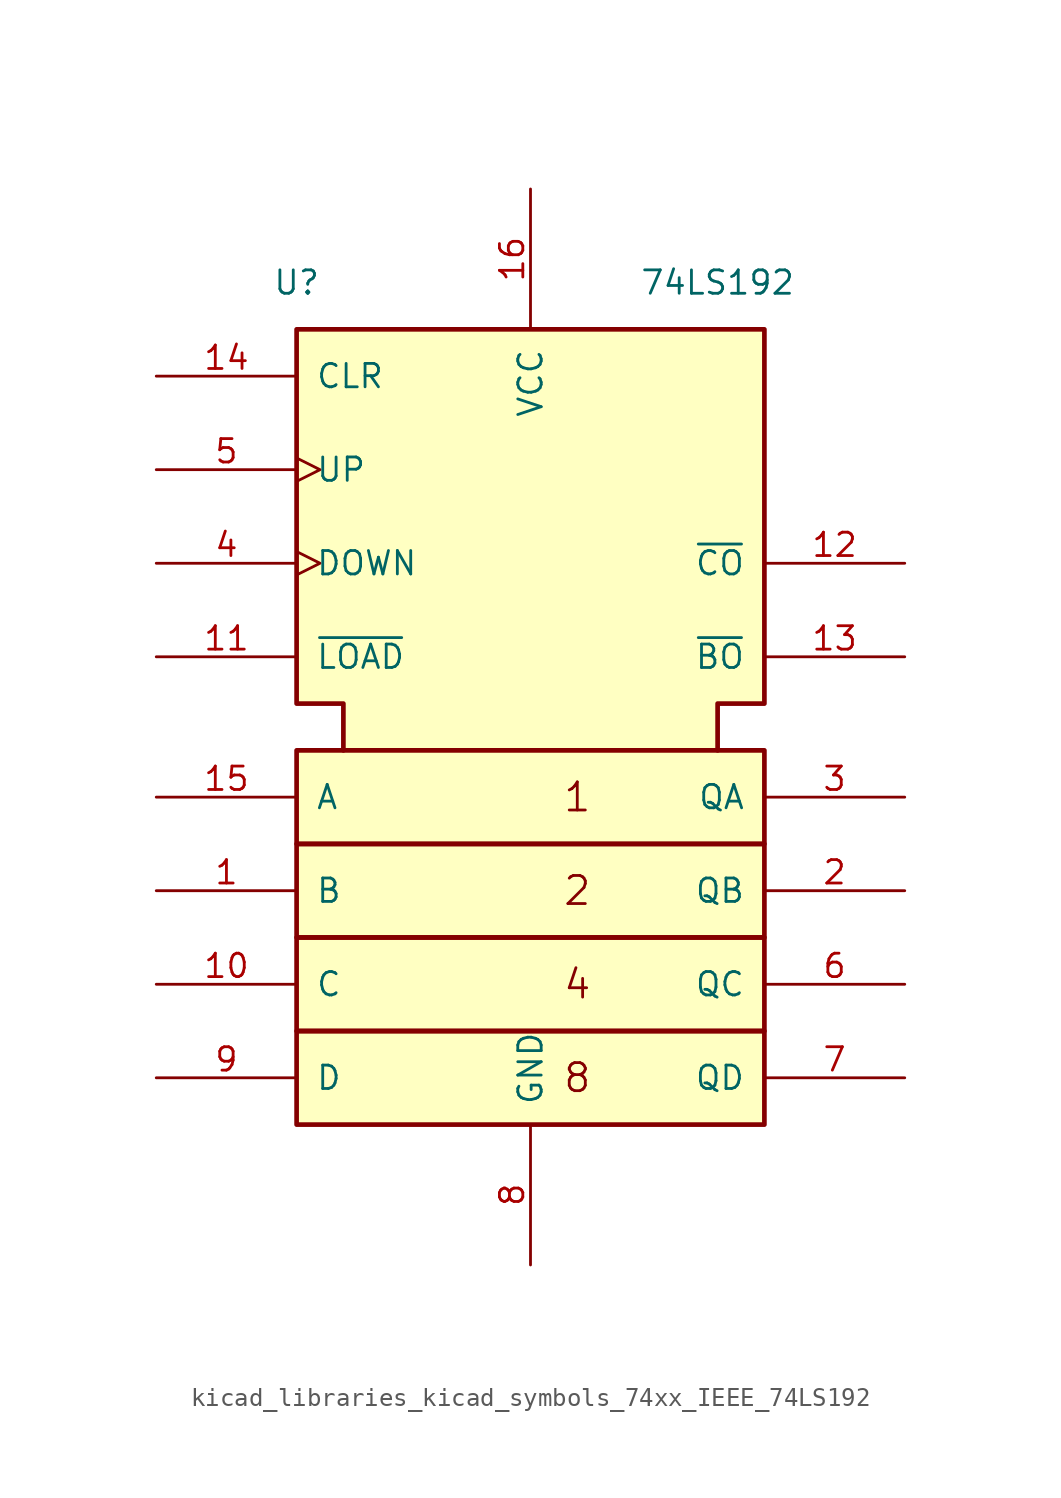
<source format=kicad_sym>
(kicad_symbol_lib
  (version 20220914)
  (generator kicad_symbol_editor)
  (symbol "kicad_libraries_kicad_symbols_74xx_IEEE_74LS192"
    (pin_names
      (offset 1.016))
    (property "Reference" "U"
      (at -12.7 25.4 0)
      (effects (font (size 1.27 1.27))))
    (property "Value" "74LS192"
      (at 10.16 25.4 0)
      (effects (font (size 1.27 1.27))))
    (symbol "kicad_libraries_kicad_symbols_74xx_IEEE_74LS192_0_0"
      (text "1" (at 2.54 -2.54 0) (effects (font (size 1.524 1.524))))
      (text "2" (at 2.54 -7.62 0) (effects (font (size 1.524 1.524))))
      (text "4" (at 2.54 -12.7 0) (effects (font (size 1.524 1.524))))
      (text "8" (at 2.54 -17.78 0) (effects (font (size 1.524 1.524))))
      (pin power_in line (at 0 30.48 270) (length 7.62) (name "VCC" (effects (font (size 1.27 1.27)))) (number "16" (effects (font (size 1.27 1.27)))))
      (pin power_in line (at 0 -27.94 90) (length 7.62) (name "GND" (effects (font (size 1.27 1.27)))) (number "8" (effects (font (size 1.27 1.27))))))
    (symbol "kicad_libraries_kicad_symbols_74xx_IEEE_74LS192_0_1"
      (rectangle (start -12.7 -15.24) (end 12.7 -20.32) (stroke (width 0.254) (type default)) (fill (type background)))
      (rectangle (start -12.7 -10.16) (end 12.7 -15.24) (stroke (width 0.254) (type default)) (fill (type background)))
      (rectangle (start -12.7 -5.08) (end 12.7 -10.16) (stroke (width 0.254) (type default)) (fill (type background)))
      (rectangle (start -12.7 0) (end 12.7 -5.08) (stroke (width 0.254) (type default)) (fill (type background)))
      (polyline (pts (xy -10.16 0) (xy -10.16 2.54) (xy -12.7 2.54) (xy -12.7 22.86) (xy 12.7 22.86) (xy 12.7 2.54) (xy 10.16 2.54) (xy 10.16 0) (xy 10.16 0)) (stroke (width 0.254) (type default)) (fill (type background))))
    (symbol "kicad_libraries_kicad_symbols_74xx_IEEE_74LS192_1_1"
      (pin input line (at -20.32 -7.62 0) (length 7.62) (name "B" (effects (font (size 1.27 1.27)))) (number "1" (effects (font (size 1.27 1.27)))))
      (pin input line (at -20.32 -12.7 0) (length 7.62) (name "C" (effects (font (size 1.27 1.27)))) (number "10" (effects (font (size 1.27 1.27)))))
      (pin input line (at -20.32 5.08 0) (length 7.62) (name "~{LOAD}" (effects (font (size 1.27 1.27)))) (number "11" (effects (font (size 1.27 1.27)))))
      (pin output line (at 20.32 10.16 180) (length 7.62) (name "~{CO}" (effects (font (size 1.27 1.27)))) (number "12" (effects (font (size 1.27 1.27)))))
      (pin output line (at 20.32 5.08 180) (length 7.62) (name "~{BO}" (effects (font (size 1.27 1.27)))) (number "13" (effects (font (size 1.27 1.27)))))
      (pin input line (at -20.32 20.32 0) (length 7.62) (name "CLR" (effects (font (size 1.27 1.27)))) (number "14" (effects (font (size 1.27 1.27)))))
      (pin input line (at -20.32 -2.54 0) (length 7.62) (name "A" (effects (font (size 1.27 1.27)))) (number "15" (effects (font (size 1.27 1.27)))))
      (pin output line (at 20.32 -7.62 180) (length 7.62) (name "QB" (effects (font (size 1.27 1.27)))) (number "2" (effects (font (size 1.27 1.27)))))
      (pin output line (at 20.32 -2.54 180) (length 7.62) (name "QA" (effects (font (size 1.27 1.27)))) (number "3" (effects (font (size 1.27 1.27)))))
      (pin input clock (at -20.32 10.16 0) (length 7.62) (name "DOWN" (effects (font (size 1.27 1.27)))) (number "4" (effects (font (size 1.27 1.27)))))
      (pin input clock (at -20.32 15.24 0) (length 7.62) (name "UP" (effects (font (size 1.27 1.27)))) (number "5" (effects (font (size 1.27 1.27)))))
      (pin output line (at 20.32 -12.7 180) (length 7.62) (name "QC" (effects (font (size 1.27 1.27)))) (number "6" (effects (font (size 1.27 1.27)))))
      (pin output line (at 20.32 -17.78 180) (length 7.62) (name "QD" (effects (font (size 1.27 1.27)))) (number "7" (effects (font (size 1.27 1.27)))))
      (pin input line (at -20.32 -17.78 0) (length 7.62) (name "D" (effects (font (size 1.27 1.27)))) (number "9" (effects (font (size 1.27 1.27))))))))
</source>
